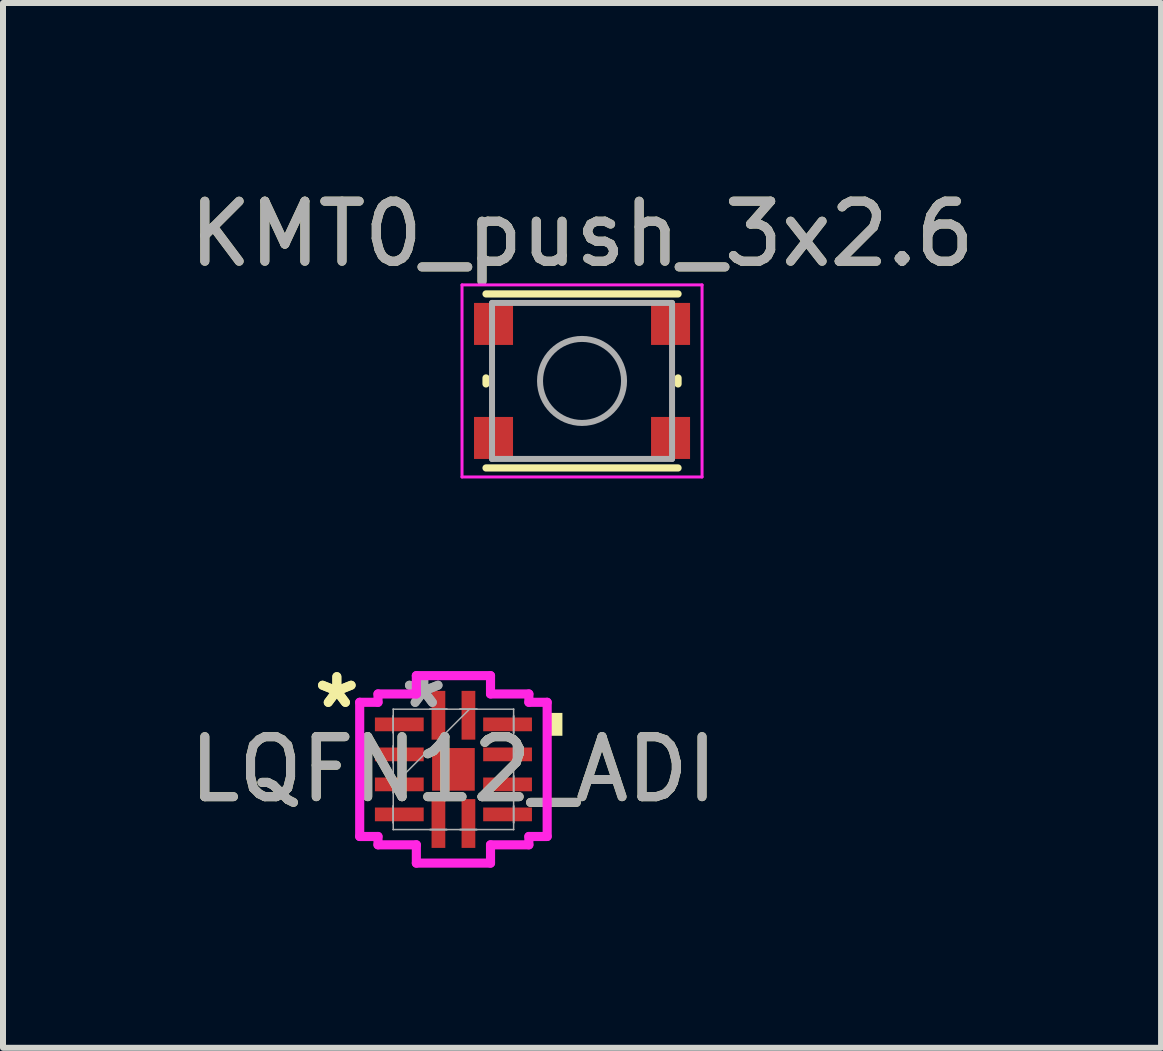
<source format=kicad_pcb>
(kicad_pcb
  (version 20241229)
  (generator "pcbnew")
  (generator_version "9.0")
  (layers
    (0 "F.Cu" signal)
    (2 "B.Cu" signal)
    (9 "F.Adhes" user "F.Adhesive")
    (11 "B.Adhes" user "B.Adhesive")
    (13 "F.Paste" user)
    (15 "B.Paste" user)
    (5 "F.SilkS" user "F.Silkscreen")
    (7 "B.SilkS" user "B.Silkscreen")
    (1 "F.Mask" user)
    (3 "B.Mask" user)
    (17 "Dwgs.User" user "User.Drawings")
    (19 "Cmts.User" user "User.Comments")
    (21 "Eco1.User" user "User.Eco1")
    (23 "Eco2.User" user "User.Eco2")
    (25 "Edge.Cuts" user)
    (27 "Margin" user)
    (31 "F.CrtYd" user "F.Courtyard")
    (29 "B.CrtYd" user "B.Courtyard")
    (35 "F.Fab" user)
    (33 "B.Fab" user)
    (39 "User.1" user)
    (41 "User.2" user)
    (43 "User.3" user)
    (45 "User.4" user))
  (footprint "KMT0_push_3x2.6"
    (layer "F.Cu")
    (at 6.649 3.298)
    (property "Reference" "KMT0_push_3x2.6" (at 0 -2.45 0) (layer "F.SilkS") (effects (font (size 1 1) (thickness 0.15))))
    (attr smd)
    (fp_line (start -1.6 0.05) (end -1.6 -0.05) (stroke (width 0.12) (type solid)) (layer "F.SilkS"))
    (fp_line (start -1.6 1.45) (end 1.6 1.45) (stroke (width 0.12) (type solid)) (layer "F.SilkS"))
    (fp_line (start 1.6 -1.45) (end -1.6 -1.45) (stroke (width 0.12) (type solid)) (layer "F.SilkS"))
    (fp_line (start 1.6 0.05) (end 1.6 -0.05) (stroke (width 0.12) (type solid)) (layer "F.SilkS"))
    (fp_line (start -2 -1.6) (end 2 -1.6) (stroke (width 0.05) (type solid)) (layer "F.CrtYd"))
    (fp_line (start -2 1.6) (end -2 -1.6) (stroke (width 0.05) (type solid)) (layer "F.CrtYd"))
    (fp_line (start 2 -1.6) (end 2 1.6) (stroke (width 0.05) (type solid)) (layer "F.CrtYd"))
    (fp_line (start 2 1.6) (end -2 1.6) (stroke (width 0.05) (type solid)) (layer "F.CrtYd"))
    (fp_line (start -1.5 -1.3) (end 1.5 -1.3) (stroke (width 0.1) (type solid)) (layer "F.Fab"))
    (fp_line (start -1.5 1.3) (end -1.5 -1.3) (stroke (width 0.1) (type solid)) (layer "F.Fab"))
    (fp_line (start 1.5 -1.3) (end 1.5 1.3) (stroke (width 0.1) (type solid)) (layer "F.Fab"))
    (fp_line (start 1.5 1.3) (end -1.5 1.3) (stroke (width 0.1) (type solid)) (layer "F.Fab"))
    (fp_circle (center 0 0) (end 0 0.7) (stroke (width 0.1) (type solid)) (fill no) (layer "F.Fab"))
    (fp_text user "${REFERENCE}" (at 0 -2.45 0) (layer "F.Fab") (effects (font (size 1 1) (thickness 0.15))))
    (pad "1" smd rect (at -1.475 -0.95) (size 0.65 0.7) (layers "F.Cu" "F.Mask" "F.Paste"))
    (pad "1" smd rect (at 1.475 -0.95) (size 0.65 0.7) (layers "F.Cu" "F.Mask" "F.Paste"))
    (pad "2" smd rect (at -1.475 0.95) (size 0.65 0.7) (layers "F.Cu" "F.Mask" "F.Paste"))
    (pad "2" smd rect (at 1.475 0.95) (size 0.65 0.7) (layers "F.Cu" "F.Mask" "F.Paste")))
  (footprint "LQFN12_ADI"
    (layer "F.Cu")
    (at 4.506 9.771)
    (property "Reference" "LQFN12_ADI" (at 0 0 0) (unlocked yes) (layer "F.SilkS") (effects (font (size 1 1) (thickness 0.15))))
    (attr smd)
    (fp_poly (pts (xy 1.816 -0.941) (xy 1.816 -0.56) (xy 1.562 -0.56) (xy 1.562 -0.941)) (stroke (width 0) (type solid)) (fill yes) (layer "F.SilkS"))
    (fp_line (start -1.562 -1.118) (end -1.257 -1.118) (stroke (width 0.152) (type solid)) (layer "F.CrtYd"))
    (fp_line (start -1.562 1.118) (end -1.562 -1.118) (stroke (width 0.152) (type solid)) (layer "F.CrtYd"))
    (fp_line (start -1.257 -1.257) (end -0.618 -1.257) (stroke (width 0.152) (type solid)) (layer "F.CrtYd"))
    (fp_line (start -1.257 -1.118) (end -1.257 -1.257) (stroke (width 0.152) (type solid)) (layer "F.CrtYd"))
    (fp_line (start -1.257 1.118) (end -1.562 1.118) (stroke (width 0.152) (type solid)) (layer "F.CrtYd"))
    (fp_line (start -1.257 1.257) (end -1.257 1.118) (stroke (width 0.152) (type solid)) (layer "F.CrtYd"))
    (fp_line (start -0.618 -1.562) (end 0.618 -1.562) (stroke (width 0.152) (type solid)) (layer "F.CrtYd"))
    (fp_line (start -0.618 -1.257) (end -0.618 -1.562) (stroke (width 0.152) (type solid)) (layer "F.CrtYd"))
    (fp_line (start -0.618 1.257) (end -1.257 1.257) (stroke (width 0.152) (type solid)) (layer "F.CrtYd"))
    (fp_line (start -0.618 1.562) (end -0.618 1.257) (stroke (width 0.152) (type solid)) (layer "F.CrtYd"))
    (fp_line (start 0.618 -1.562) (end 0.618 -1.257) (stroke (width 0.152) (type solid)) (layer "F.CrtYd"))
    (fp_line (start 0.618 -1.257) (end 1.257 -1.257) (stroke (width 0.152) (type solid)) (layer "F.CrtYd"))
    (fp_line (start 0.618 1.257) (end 0.618 1.562) (stroke (width 0.152) (type solid)) (layer "F.CrtYd"))
    (fp_line (start 0.618 1.562) (end -0.618 1.562) (stroke (width 0.152) (type solid)) (layer "F.CrtYd"))
    (fp_line (start 1.257 -1.257) (end 1.257 -1.118) (stroke (width 0.152) (type solid)) (layer "F.CrtYd"))
    (fp_line (start 1.257 -1.118) (end 1.562 -1.118) (stroke (width 0.152) (type solid)) (layer "F.CrtYd"))
    (fp_line (start 1.257 1.118) (end 1.257 1.257) (stroke (width 0.152) (type solid)) (layer "F.CrtYd"))
    (fp_line (start 1.257 1.257) (end 0.618 1.257) (stroke (width 0.152) (type solid)) (layer "F.CrtYd"))
    (fp_line (start 1.562 -1.118) (end 1.562 1.118) (stroke (width 0.152) (type solid)) (layer "F.CrtYd"))
    (fp_line (start 1.562 1.118) (end 1.257 1.118) (stroke (width 0.152) (type solid)) (layer "F.CrtYd"))
    (fp_line (start -1.003 -1.003) (end -1.003 -1.003) (stroke (width 0.025) (type solid)) (layer "F.Fab"))
    (fp_line (start -1.003 -1.003) (end -1.003 1.003) (stroke (width 0.025) (type solid)) (layer "F.Fab"))
    (fp_line (start -1.003 -0.89) (end -1.003 -0.89) (stroke (width 0.025) (type solid)) (layer "F.Fab"))
    (fp_line (start -1.003 -0.89) (end -1.003 -0.61) (stroke (width 0.025) (type solid)) (layer "F.Fab"))
    (fp_line (start -1.003 -0.61) (end -1.003 -0.89) (stroke (width 0.025) (type solid)) (layer "F.Fab"))
    (fp_line (start -1.003 -0.61) (end -1.003 -0.61) (stroke (width 0.025) (type solid)) (layer "F.Fab"))
    (fp_line (start -1.003 -0.39) (end -1.003 -0.39) (stroke (width 0.025) (type solid)) (layer "F.Fab"))
    (fp_line (start -1.003 -0.39) (end -1.003 -0.11) (stroke (width 0.025) (type solid)) (layer "F.Fab"))
    (fp_line (start -1.003 -0.11) (end -1.003 -0.39) (stroke (width 0.025) (type solid)) (layer "F.Fab"))
    (fp_line (start -1.003 -0.11) (end -1.003 -0.11) (stroke (width 0.025) (type solid)) (layer "F.Fab"))
    (fp_line (start -1.003 0.11) (end -1.003 0.11) (stroke (width 0.025) (type solid)) (layer "F.Fab"))
    (fp_line (start -1.003 0.11) (end -1.003 0.39) (stroke (width 0.025) (type solid)) (layer "F.Fab"))
    (fp_line (start -1.003 0.267) (end 0.267 -1.003) (stroke (width 0.025) (type solid)) (layer "F.Fab"))
    (fp_line (start -1.003 0.39) (end -1.003 0.11) (stroke (width 0.025) (type solid)) (layer "F.Fab"))
    (fp_line (start -1.003 0.39) (end -1.003 0.39) (stroke (width 0.025) (type solid)) (layer "F.Fab"))
    (fp_line (start -1.003 0.61) (end -1.003 0.61) (stroke (width 0.025) (type solid)) (layer "F.Fab"))
    (fp_line (start -1.003 0.61) (end -1.003 0.89) (stroke (width 0.025) (type solid)) (layer "F.Fab"))
    (fp_line (start -1.003 0.89) (end -1.003 0.61) (stroke (width 0.025) (type solid)) (layer "F.Fab"))
    (fp_line (start -1.003 0.89) (end -1.003 0.89) (stroke (width 0.025) (type solid)) (layer "F.Fab"))
    (fp_line (start -1.003 1.003) (end -1.003 1.003) (stroke (width 0.025) (type solid)) (layer "F.Fab"))
    (fp_line (start -1.003 1.003) (end 1.003 1.003) (stroke (width 0.025) (type solid)) (layer "F.Fab"))
    (fp_line (start -0.39 -1.003) (end -0.39 -1.003) (stroke (width 0.025) (type solid)) (layer "F.Fab"))
    (fp_line (start -0.39 -1.003) (end -0.11 -1.003) (stroke (width 0.025) (type solid)) (layer "F.Fab"))
    (fp_line (start -0.39 1.003) (end -0.39 1.003) (stroke (width 0.025) (type solid)) (layer "F.Fab"))
    (fp_line (start -0.39 1.003) (end -0.11 1.003) (stroke (width 0.025) (type solid)) (layer "F.Fab"))
    (fp_line (start -0.11 -1.003) (end -0.39 -1.003) (stroke (width 0.025) (type solid)) (layer "F.Fab"))
    (fp_line (start -0.11 -1.003) (end -0.11 -1.003) (stroke (width 0.025) (type solid)) (layer "F.Fab"))
    (fp_line (start -0.11 1.003) (end -0.39 1.003) (stroke (width 0.025) (type solid)) (layer "F.Fab"))
    (fp_line (start -0.11 1.003) (end -0.11 1.003) (stroke (width 0.025) (type solid)) (layer "F.Fab"))
    (fp_line (start 0.11 -1.003) (end 0.11 -1.003) (stroke (width 0.025) (type solid)) (layer "F.Fab"))
    (fp_line (start 0.11 -1.003) (end 0.39 -1.003) (stroke (width 0.025) (type solid)) (layer "F.Fab"))
    (fp_line (start 0.11 1.003) (end 0.11 1.003) (stroke (width 0.025) (type solid)) (layer "F.Fab"))
    (fp_line (start 0.11 1.003) (end 0.39 1.003) (stroke (width 0.025) (type solid)) (layer "F.Fab"))
    (fp_line (start 0.39 -1.003) (end 0.11 -1.003) (stroke (width 0.025) (type solid)) (layer "F.Fab"))
    (fp_line (start 0.39 -1.003) (end 0.39 -1.003) (stroke (width 0.025) (type solid)) (layer "F.Fab"))
    (fp_line (start 0.39 1.003) (end 0.11 1.003) (stroke (width 0.025) (type solid)) (layer "F.Fab"))
    (fp_line (start 0.39 1.003) (end 0.39 1.003) (stroke (width 0.025) (type solid)) (layer "F.Fab"))
    (fp_line (start 1.003 -1.003) (end -1.003 -1.003) (stroke (width 0.025) (type solid)) (layer "F.Fab"))
    (fp_line (start 1.003 -1.003) (end 1.003 -1.003) (stroke (width 0.025) (type solid)) (layer "F.Fab"))
    (fp_line (start 1.003 -0.89) (end 1.003 -0.89) (stroke (width 0.025) (type solid)) (layer "F.Fab"))
    (fp_line (start 1.003 -0.89) (end 1.003 -0.61) (stroke (width 0.025) (type solid)) (layer "F.Fab"))
    (fp_line (start 1.003 -0.61) (end 1.003 -0.89) (stroke (width 0.025) (type solid)) (layer "F.Fab"))
    (fp_line (start 1.003 -0.61) (end 1.003 -0.61) (stroke (width 0.025) (type solid)) (layer "F.Fab"))
    (fp_line (start 1.003 -0.39) (end 1.003 -0.39) (stroke (width 0.025) (type solid)) (layer "F.Fab"))
    (fp_line (start 1.003 -0.39) (end 1.003 -0.11) (stroke (width 0.025) (type solid)) (layer "F.Fab"))
    (fp_line (start 1.003 -0.11) (end 1.003 -0.39) (stroke (width 0.025) (type solid)) (layer "F.Fab"))
    (fp_line (start 1.003 -0.11) (end 1.003 -0.11) (stroke (width 0.025) (type solid)) (layer "F.Fab"))
    (fp_line (start 1.003 0.11) (end 1.003 0.11) (stroke (width 0.025) (type solid)) (layer "F.Fab"))
    (fp_line (start 1.003 0.11) (end 1.003 0.39) (stroke (width 0.025) (type solid)) (layer "F.Fab"))
    (fp_line (start 1.003 0.39) (end 1.003 0.11) (stroke (width 0.025) (type solid)) (layer "F.Fab"))
    (fp_line (start 1.003 0.39) (end 1.003 0.39) (stroke (width 0.025) (type solid)) (layer "F.Fab"))
    (fp_line (start 1.003 0.61) (end 1.003 0.61) (stroke (width 0.025) (type solid)) (layer "F.Fab"))
    (fp_line (start 1.003 0.61) (end 1.003 0.89) (stroke (width 0.025) (type solid)) (layer "F.Fab"))
    (fp_line (start 1.003 0.89) (end 1.003 0.61) (stroke (width 0.025) (type solid)) (layer "F.Fab"))
    (fp_line (start 1.003 0.89) (end 1.003 0.89) (stroke (width 0.025) (type solid)) (layer "F.Fab"))
    (fp_line (start 1.003 1.003) (end 1.003 -1.003) (stroke (width 0.025) (type solid)) (layer "F.Fab"))
    (fp_line (start 1.003 1.003) (end 1.003 1.003) (stroke (width 0.025) (type solid)) (layer "F.Fab"))
    (fp_text user "*" (at -1.943 -1 0) (unlocked yes) (layer "F.SilkS") (effects (font (size 1 1) (thickness 0.15))))
    (fp_text user "*" (at -1.943 -1 0) (layer "F.SilkS") (effects (font (size 1 1) (thickness 0.15))))
    (fp_text user "*" (at -0.495 -1 0) (unlocked yes) (layer "F.Fab") (effects (font (size 1 1) (thickness 0.15))))
    (fp_text user "${REFERENCE}" (at 0 0 0) (unlocked yes) (layer "F.Fab") (effects (font (size 1 1) (thickness 0.15))))
    (fp_text user "*" (at -0.495 -1 0) (layer "F.Fab") (effects (font (size 1 1) (thickness 0.15))))
    (pad "1" smd rect (at -0.902 -0.75 90) (size 0.229 0.813) (layers "F.Cu" "F.Mask" "F.Paste"))
    (pad "2" smd rect (at -0.902 -0.25 90) (size 0.229 0.813) (layers "F.Cu" "F.Mask" "F.Paste"))
    (pad "3" smd rect (at -0.902 0.25 90) (size 0.229 0.813) (layers "F.Cu" "F.Mask" "F.Paste"))
    (pad "4" smd rect (at -0.902 0.75 90) (size 0.229 0.813) (layers "F.Cu" "F.Mask" "F.Paste"))
    (pad "5" smd rect (at -0.25 0.902) (size 0.229 0.813) (layers "F.Cu" "F.Mask" "F.Paste"))
    (pad "6" smd rect (at 0.25 0.902) (size 0.229 0.813) (layers "F.Cu" "F.Mask" "F.Paste"))
    (pad "7" smd rect (at 0.902 0.75 90) (size 0.229 0.813) (layers "F.Cu" "F.Mask" "F.Paste"))
    (pad "8" smd rect (at 0.902 0.25 90) (size 0.229 0.813) (layers "F.Cu" "F.Mask" "F.Paste"))
    (pad "9" smd rect (at 0.902 -0.25 90) (size 0.229 0.813) (layers "F.Cu" "F.Mask" "F.Paste"))
    (pad "10" smd rect (at 0.902 -0.75 90) (size 0.229 0.813) (layers "F.Cu" "F.Mask" "F.Paste"))
    (pad "11" smd rect (at 0.25 -0.902) (size 0.229 0.813) (layers "F.Cu" "F.Mask" "F.Paste"))
    (pad "12" smd rect (at -0.25 -0.902) (size 0.229 0.813) (layers "F.Cu" "F.Mask" "F.Paste"))
    (pad "13" smd rect (at 0 0) (size 0.711 0.711) (layers "F.Cu" "F.Mask" "F.Paste")))
  (gr_rect
    (start -3 -3)
    (end 16.298 14.41)
    (stroke (width 0.1) (type default))
    (fill no)
    (layer "Edge.Cuts")))
</source>
